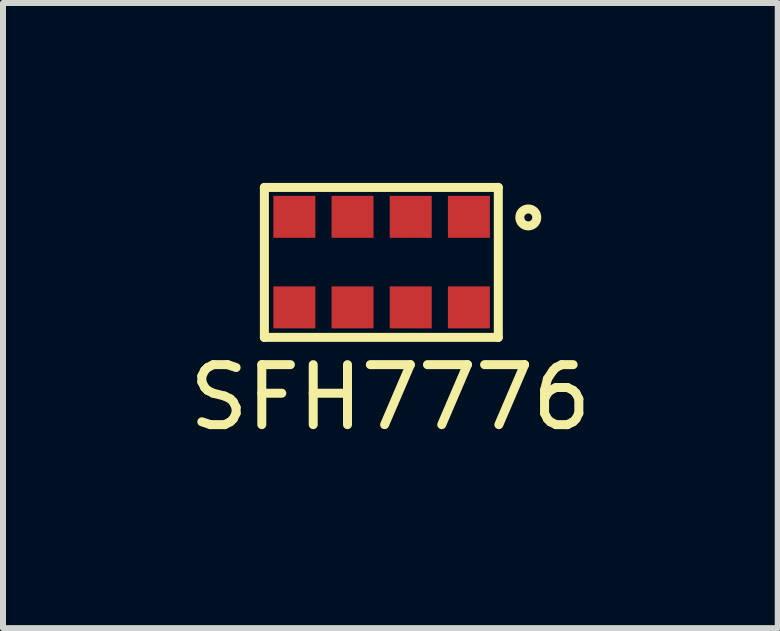
<source format=kicad_pcb>
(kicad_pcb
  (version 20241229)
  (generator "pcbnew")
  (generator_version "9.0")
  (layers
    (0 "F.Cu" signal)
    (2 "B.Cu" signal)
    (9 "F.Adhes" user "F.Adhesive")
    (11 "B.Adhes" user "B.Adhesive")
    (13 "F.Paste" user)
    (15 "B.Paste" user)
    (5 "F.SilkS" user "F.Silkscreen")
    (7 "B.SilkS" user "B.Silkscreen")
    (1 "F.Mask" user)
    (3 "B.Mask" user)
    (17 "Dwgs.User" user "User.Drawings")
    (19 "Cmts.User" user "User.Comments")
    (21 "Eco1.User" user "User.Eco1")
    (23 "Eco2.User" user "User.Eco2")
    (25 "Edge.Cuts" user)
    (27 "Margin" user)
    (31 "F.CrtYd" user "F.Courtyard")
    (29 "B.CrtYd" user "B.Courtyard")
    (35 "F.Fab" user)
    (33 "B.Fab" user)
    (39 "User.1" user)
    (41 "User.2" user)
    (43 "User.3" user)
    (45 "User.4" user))
  (footprint "SFH7776"
    (layer "F.Cu")
    (at 3.358 1.475)
    (property "Reference" "SFH7776" (at 0.1 2.1 0) (layer "F.SilkS") (effects (font (size 1 1) (thickness 0.15))))
    (attr through_hole)
    (fp_line (start -2 -1.4) (end 1.9 -1.4) (stroke (width 0.15) (type solid)) (layer "F.SilkS"))
    (fp_line (start -2 1.1) (end -2 -1.4) (stroke (width 0.15) (type solid)) (layer "F.SilkS"))
    (fp_line (start 1.9 -1.4) (end 1.9 1.1) (stroke (width 0.15) (type solid)) (layer "F.SilkS"))
    (fp_line (start 1.9 1.1) (end -2 1.1) (stroke (width 0.15) (type solid)) (layer "F.SilkS"))
    (fp_circle (center 2.4 -0.9) (end 2.5 -0.8) (stroke (width 0.15) (type solid)) (fill no) (layer "F.SilkS"))
    (pad "1" smd rect (at 1.41 -0.91) (size 0.7 0.7) (layers "F.Cu" "F.Mask" "F.Paste"))
    (pad "2" smd rect (at 0.44 -0.91) (size 0.7 0.7) (layers "F.Cu" "F.Mask" "F.Paste"))
    (pad "3" smd rect (at -0.53 -0.91) (size 0.7 0.7) (layers "F.Cu" "F.Mask" "F.Paste"))
    (pad "4" smd rect (at -1.5 -0.91) (size 0.7 0.7) (layers "F.Cu" "F.Mask" "F.Paste"))
    (pad "5" smd rect (at -1.5 0.6) (size 0.7 0.7) (layers "F.Cu" "F.Mask" "F.Paste"))
    (pad "6" smd rect (at -0.53 0.6) (size 0.7 0.7) (layers "F.Cu" "F.Mask" "F.Paste"))
    (pad "7" smd rect (at 0.44 0.6) (size 0.7 0.7) (layers "F.Cu" "F.Mask" "F.Paste"))
    (pad "8" smd rect (at 1.41 0.6) (size 0.7 0.7) (layers "F.Cu" "F.Mask" "F.Paste")))
  (gr_rect
    (start -3 -3)
    (end 9.917 7.423)
    (stroke (width 0.1) (type default))
    (fill no)
    (layer "Edge.Cuts")))
</source>
